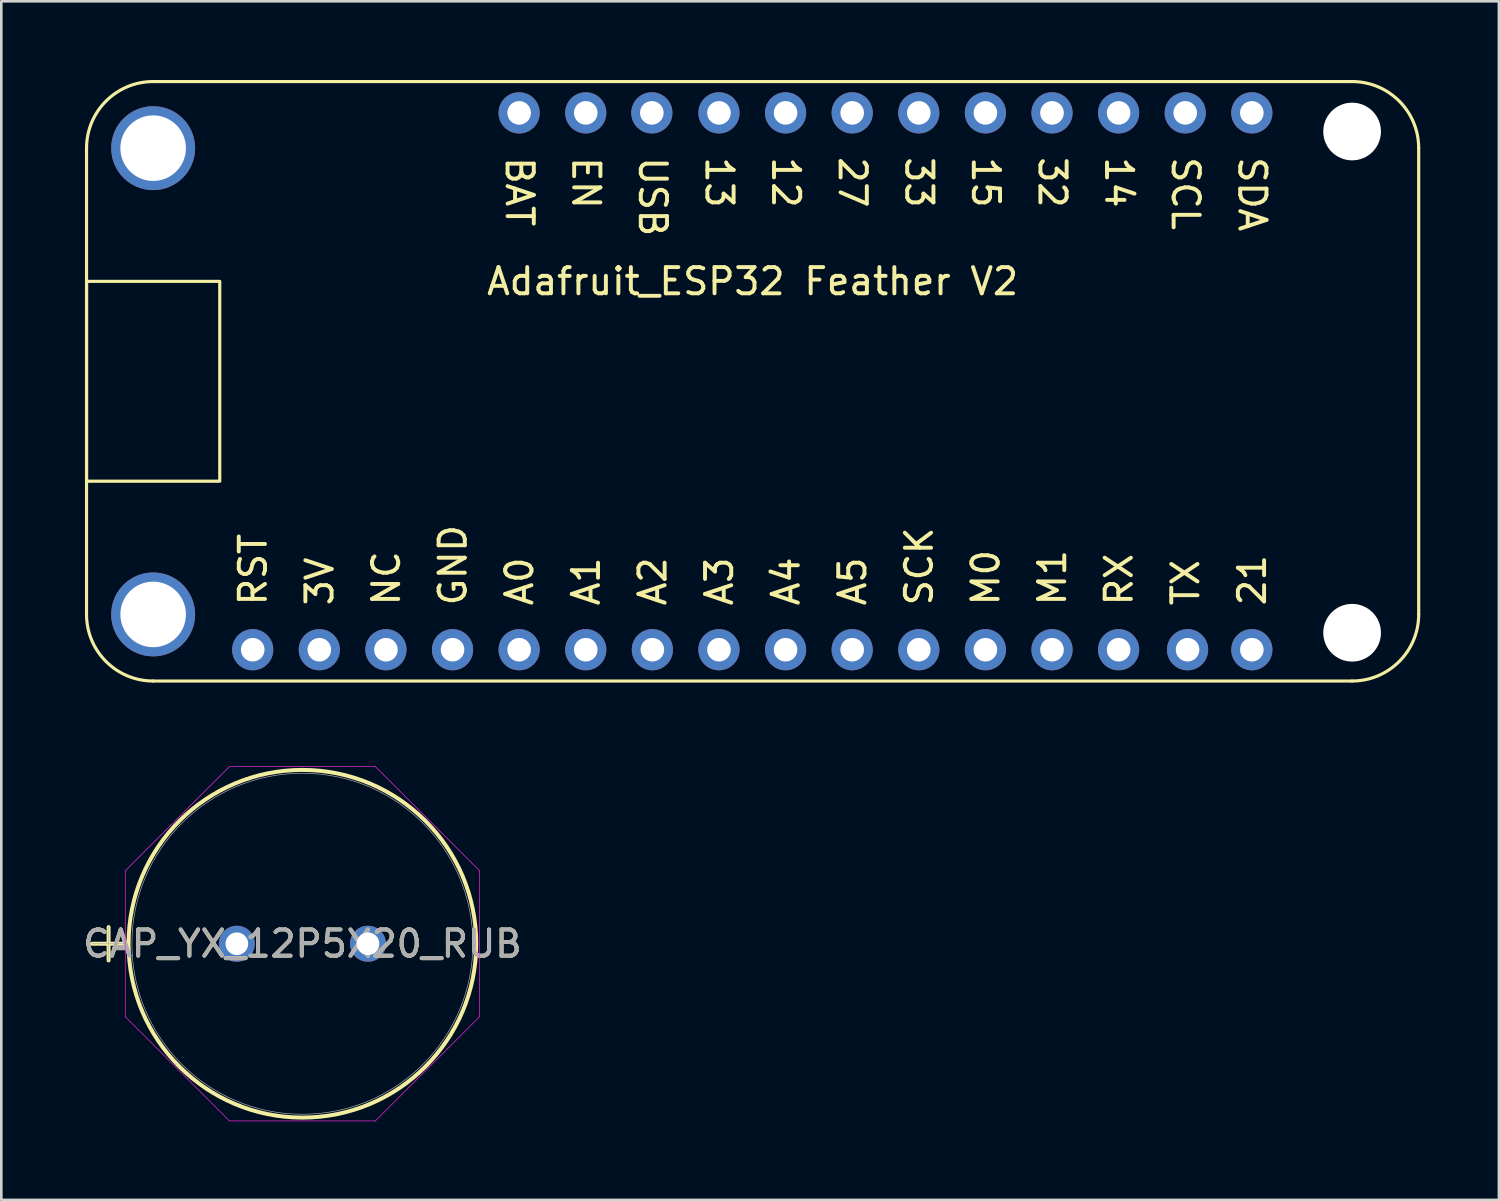
<source format=kicad_pcb>
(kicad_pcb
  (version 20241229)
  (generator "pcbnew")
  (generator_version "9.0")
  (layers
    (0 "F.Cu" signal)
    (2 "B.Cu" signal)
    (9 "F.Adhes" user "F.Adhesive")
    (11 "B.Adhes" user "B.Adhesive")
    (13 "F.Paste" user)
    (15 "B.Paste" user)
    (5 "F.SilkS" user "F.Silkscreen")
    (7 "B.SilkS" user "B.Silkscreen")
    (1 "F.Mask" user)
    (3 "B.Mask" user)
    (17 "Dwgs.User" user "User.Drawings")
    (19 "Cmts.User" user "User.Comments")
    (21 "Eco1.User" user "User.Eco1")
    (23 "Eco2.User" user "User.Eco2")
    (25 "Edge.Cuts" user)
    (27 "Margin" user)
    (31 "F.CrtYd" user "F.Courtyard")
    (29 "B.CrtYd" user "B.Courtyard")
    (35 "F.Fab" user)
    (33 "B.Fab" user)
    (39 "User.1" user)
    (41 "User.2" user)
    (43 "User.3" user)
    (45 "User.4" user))
  (footprint "CAP_YX_12P5X20_RUB"
    (layer "F.Cu")
    (at 5.982 32.939)
    (property "Reference" "CAP_YX_12P5X20_RUB" (at 2.5 0 0) (unlocked yes) (layer "F.SilkS") (effects (font (size 1 1) (thickness 0.15))))
    (attr through_hole)
    (fp_line (start -5.526 0) (end -4.256 0) (stroke (width 0.152) (type solid)) (layer "F.SilkS"))
    (fp_line (start -4.891 -0.635) (end -4.891 0.635) (stroke (width 0.152) (type solid)) (layer "F.SilkS"))
    (fp_circle (center 2.5 0) (end 9.129 0) (stroke (width 0.152) (type solid)) (fill no) (layer "F.SilkS"))
    (fp_line (start -4.256 -2.782) (end -0.282 -6.756) (stroke (width 0.025) (type solid)) (layer "F.CrtYd"))
    (fp_line (start -4.256 2.782) (end -4.256 -2.782) (stroke (width 0.025) (type solid)) (layer "F.CrtYd"))
    (fp_line (start -0.282 -6.756) (end 5.282 -6.756) (stroke (width 0.025) (type solid)) (layer "F.CrtYd"))
    (fp_line (start -0.282 6.756) (end -4.256 2.782) (stroke (width 0.025) (type solid)) (layer "F.CrtYd"))
    (fp_line (start 5.282 -6.756) (end 9.256 -2.782) (stroke (width 0.025) (type solid)) (layer "F.CrtYd"))
    (fp_line (start 5.282 6.756) (end -0.282 6.756) (stroke (width 0.025) (type solid)) (layer "F.CrtYd"))
    (fp_line (start 9.256 -2.782) (end 9.256 2.782) (stroke (width 0.025) (type solid)) (layer "F.CrtYd"))
    (fp_line (start 9.256 2.782) (end 5.282 6.756) (stroke (width 0.025) (type solid)) (layer "F.CrtYd"))
    (fp_line (start -5.526 0) (end -4.256 0) (stroke (width 0.025) (type solid)) (layer "F.Fab"))
    (fp_line (start -4.891 -0.635) (end -4.891 0.635) (stroke (width 0.025) (type solid)) (layer "F.Fab"))
    (fp_circle (center 2.5 0) (end 9.002 0) (stroke (width 0.025) (type solid)) (fill no) (layer "F.Fab"))
    (fp_text user "${REFERENCE}" (at 2.5 0 0) (unlocked yes) (layer "F.Fab") (effects (font (size 1 1) (thickness 0.15))))
    (pad "1" thru_hole circle (at 0 0) (size 1.372 1.372) (drill 0.864) (layers "*.Cu" "*.Mask"))
    (pad "2" thru_hole circle (at 5 0) (size 1.372 1.372) (drill 0.864) (layers "*.Cu" "*.Mask")))
  (footprint "Adafruit_ESP32 Feather V2"
    (layer "F.Cu")
    (at 0.25 22.92)
    (property "Reference" "Adafruit_ESP32 Feather V2" (at 25.4 -15.24 0) (unlocked yes) (layer "F.SilkS") (effects (font (size 1 1) (thickness 0.15))))
    (attr through_hole)
    (fp_line (start 0 -20.32) (end 0 -2.54) (stroke (width 0.12) (type solid)) (layer "F.SilkS"))
    (fp_line (start 2.54 0) (end 48.26 0) (stroke (width 0.12) (type solid)) (layer "F.SilkS"))
    (fp_line (start 48.26 -22.86) (end 2.54 -22.86) (stroke (width 0.12) (type solid)) (layer "F.SilkS"))
    (fp_line (start 50.8 -20.32) (end 50.8 -2.54) (stroke (width 0.12) (type solid)) (layer "F.SilkS"))
    (fp_rect (start 0 -15.24) (end 5.08 -7.62) (stroke (width 0.12) (type solid)) (fill no) (layer "F.SilkS"))
    (fp_arc (start 0 -20.32) (mid 0.743949 -22.116051) (end 2.54 -22.86) (stroke (width 0.12) (type solid)) (layer "F.SilkS"))
    (fp_arc (start 2.54 0) (mid 0.743949 -0.743949) (end 0 -2.54) (stroke (width 0.12) (type solid)) (layer "F.SilkS"))
    (fp_arc (start 48.26 -22.86) (mid 50.056051 -22.116051) (end 50.8 -20.32) (stroke (width 0.12) (type solid)) (layer "F.SilkS"))
    (fp_arc (start 50.8 -2.54) (mid 50.056051 -0.743949) (end 48.26 0) (stroke (width 0.12) (type solid)) (layer "F.SilkS"))
    (fp_text user "A0" (at 16.51 -2.794 90) (unlocked yes) (layer "F.SilkS") (effects (font (size 1 1) (thickness 0.15)) (justify left)))
    (fp_text user "3V" (at 8.89 -2.794 90) (unlocked yes) (layer "F.SilkS") (effects (font (size 1 1) (thickness 0.15)) (justify left)))
    (fp_text user "M1" (at 36.83 -2.794 90) (unlocked yes) (layer "F.SilkS") (effects (font (size 1 1) (thickness 0.15)) (justify left)))
    (fp_text user "RX" (at 39.37 -2.794 90) (unlocked yes) (layer "F.SilkS") (effects (font (size 1 1) (thickness 0.15)) (justify left)))
    (fp_text user "SCK" (at 31.75 -2.794 90) (unlocked yes) (layer "F.SilkS") (effects (font (size 1 1) (thickness 0.15)) (justify left)))
    (fp_text user "21" (at 44.45 -2.794 90) (unlocked yes) (layer "F.SilkS") (effects (font (size 1 1) (thickness 0.15)) (justify left)))
    (fp_text user "M0" (at 34.29 -2.794 90) (unlocked yes) (layer "F.SilkS") (effects (font (size 1 1) (thickness 0.15)) (justify left)))
    (fp_text user "A3" (at 24.13 -2.794 90) (unlocked yes) (layer "F.SilkS") (effects (font (size 1 1) (thickness 0.15)) (justify left)))
    (fp_text user "EN" (at 19.05 -20.066 270) (unlocked yes) (layer "F.SilkS") (effects (font (size 1 1) (thickness 0.15)) (justify left)))
    (fp_text user "14" (at 39.37 -20.066 270) (unlocked yes) (layer "F.SilkS") (effects (font (size 1 1) (thickness 0.15)) (justify left)))
    (fp_text user "13" (at 24.13 -20.066 270) (unlocked yes) (layer "F.SilkS") (effects (font (size 1 1) (thickness 0.15)) (justify left)))
    (fp_text user "BAT" (at 16.51 -20.066 270) (unlocked yes) (layer "F.SilkS") (effects (font (size 1 1) (thickness 0.15)) (justify left)))
    (fp_text user "A4" (at 26.67 -2.794 90) (unlocked yes) (layer "F.SilkS") (effects (font (size 1 1) (thickness 0.15)) (justify left)))
    (fp_text user "A2" (at 21.59 -2.794 90) (unlocked yes) (layer "F.SilkS") (effects (font (size 1 1) (thickness 0.15)) (justify left)))
    (fp_text user "SDA" (at 44.45 -20.066 270) (unlocked yes) (layer "F.SilkS") (effects (font (size 1 1) (thickness 0.15)) (justify left)))
    (fp_text user "SCL" (at 41.91 -20.066 270) (unlocked yes) (layer "F.SilkS") (effects (font (size 1 1) (thickness 0.15)) (justify left)))
    (fp_text user "32" (at 36.83 -20.066 270) (unlocked yes) (layer "F.SilkS") (effects (font (size 1 1) (thickness 0.15)) (justify left)))
    (fp_text user "33" (at 31.75 -20.066 270) (unlocked yes) (layer "F.SilkS") (effects (font (size 1 1) (thickness 0.15)) (justify left)))
    (fp_text user "TX" (at 41.91 -2.794 90) (unlocked yes) (layer "F.SilkS") (effects (font (size 1 1) (thickness 0.15)) (justify left)))
    (fp_text user "A1" (at 19.05 -2.794 90) (unlocked yes) (layer "F.SilkS") (effects (font (size 1 1) (thickness 0.15)) (justify left)))
    (fp_text user "A5" (at 29.21 -2.794 90) (unlocked yes) (layer "F.SilkS") (effects (font (size 1 1) (thickness 0.15)) (justify left)))
    (fp_text user "RST" (at 6.35 -2.794 90) (unlocked yes) (layer "F.SilkS") (effects (font (size 1 1) (thickness 0.15)) (justify left)))
    (fp_text user "NC" (at 11.43 -2.794 90) (unlocked yes) (layer "F.SilkS") (effects (font (size 1 1) (thickness 0.15)) (justify left)))
    (fp_text user "27" (at 29.21 -20.066 270) (unlocked yes) (layer "F.SilkS") (effects (font (size 1 1) (thickness 0.15)) (justify left)))
    (fp_text user "USB" (at 21.59 -20.066 270) (unlocked yes) (layer "F.SilkS") (effects (font (size 1 1) (thickness 0.15)) (justify left)))
    (fp_text user "12" (at 26.67 -20.066 270) (unlocked yes) (layer "F.SilkS") (effects (font (size 1 1) (thickness 0.15)) (justify left)))
    (fp_text user "GND" (at 13.97 -2.794 90) (unlocked yes) (layer "F.SilkS") (effects (font (size 1 1) (thickness 0.15)) (justify left)))
    (fp_text user "15" (at 34.29 -20.066 270) (unlocked yes) (layer "F.SilkS") (effects (font (size 1 1) (thickness 0.15)) (justify left)))
    (pad "" thru_hole circle (at 2.54 -20.32) (size 3.2 3.2) (drill 2.5) (layers "*.Cu" "*.Mask"))
    (pad "" thru_hole circle (at 2.54 -2.54) (size 3.2 3.2) (drill 2.5) (layers "*.Cu" "*.Mask"))
    (pad "" np_thru_hole circle (at 48.261 -20.955) (size 2.2 2.2) (drill 2.2) (layers "*.Cu" "*.Mask"))
    (pad "" np_thru_hole circle (at 48.261 -1.841) (size 2.2 2.2) (drill 2.2) (layers "*.Cu" "*.Mask"))
    (pad "1" thru_hole circle (at 6.337 -1.194) (size 1.57 1.57) (drill 0.9) (layers "*.Cu" "*.Mask"))
    (pad "2" thru_hole circle (at 8.877 -1.194) (size 1.57 1.57) (drill 0.9) (layers "*.Cu" "*.Mask"))
    (pad "3" thru_hole circle (at 11.417 -1.194) (size 1.57 1.57) (drill 0.9) (layers "*.Cu" "*.Mask"))
    (pad "4" thru_hole circle (at 13.957 -1.194) (size 1.57 1.57) (drill 0.9) (layers "*.Cu" "*.Mask"))
    (pad "5" thru_hole circle (at 16.497 -1.194) (size 1.57 1.57) (drill 0.9) (layers "*.Cu" "*.Mask"))
    (pad "6" thru_hole circle (at 19.037 -1.194) (size 1.57 1.57) (drill 0.9) (layers "*.Cu" "*.Mask"))
    (pad "7" thru_hole circle (at 21.577 -1.194) (size 1.57 1.57) (drill 0.9) (layers "*.Cu" "*.Mask"))
    (pad "8" thru_hole circle (at 24.117 -1.194) (size 1.57 1.57) (drill 0.9) (layers "*.Cu" "*.Mask"))
    (pad "9" thru_hole circle (at 26.657 -1.194) (size 1.57 1.57) (drill 0.9) (layers "*.Cu" "*.Mask"))
    (pad "10" thru_hole circle (at 29.197 -1.194) (size 1.57 1.57) (drill 0.9) (layers "*.Cu" "*.Mask"))
    (pad "11" thru_hole circle (at 31.737 -1.194) (size 1.57 1.57) (drill 0.9) (layers "*.Cu" "*.Mask"))
    (pad "12" thru_hole circle (at 34.277 -1.194) (size 1.57 1.57) (drill 0.9) (layers "*.Cu" "*.Mask"))
    (pad "13" thru_hole circle (at 36.817 -1.194) (size 1.57 1.57) (drill 0.9) (layers "*.Cu" "*.Mask"))
    (pad "14" thru_hole circle (at 39.357 -1.194) (size 1.57 1.57) (drill 0.9) (layers "*.Cu" "*.Mask"))
    (pad "15" thru_hole circle (at 41.987 -1.194) (size 1.57 1.57) (drill 0.9) (layers "*.Cu" "*.Mask"))
    (pad "16" thru_hole circle (at 44.437 -1.194) (size 1.57 1.57) (drill 0.9) (layers "*.Cu" "*.Mask"))
    (pad "17" thru_hole circle (at 44.437 -21.666) (size 1.57 1.57) (drill 0.9) (layers "*.Cu" "*.Mask"))
    (pad "18" thru_hole circle (at 41.897 -21.666) (size 1.57 1.57) (drill 0.9) (layers "*.Cu" "*.Mask"))
    (pad "19" thru_hole circle (at 39.357 -21.666) (size 1.57 1.57) (drill 0.9) (layers "*.Cu" "*.Mask"))
    (pad "20" thru_hole circle (at 36.817 -21.666) (size 1.57 1.57) (drill 0.9) (layers "*.Cu" "*.Mask"))
    (pad "21" thru_hole circle (at 34.277 -21.666) (size 1.57 1.57) (drill 0.9) (layers "*.Cu" "*.Mask"))
    (pad "22" thru_hole circle (at 31.737 -21.666) (size 1.57 1.57) (drill 0.9) (layers "*.Cu" "*.Mask"))
    (pad "23" thru_hole circle (at 29.197 -21.666) (size 1.57 1.57) (drill 0.9) (layers "*.Cu" "*.Mask"))
    (pad "24" thru_hole circle (at 26.657 -21.666) (size 1.57 1.57) (drill 0.9) (layers "*.Cu" "*.Mask"))
    (pad "25" thru_hole circle (at 24.117 -21.666) (size 1.57 1.57) (drill 0.9) (layers "*.Cu" "*.Mask"))
    (pad "26" thru_hole circle (at 21.557 -21.666) (size 1.57 1.57) (drill 0.9) (layers "*.Cu" "*.Mask"))
    (pad "27" thru_hole circle (at 19.037 -21.666) (size 1.57 1.57) (drill 0.9) (layers "*.Cu" "*.Mask"))
    (pad "28" thru_hole circle (at 16.497 -21.666) (size 1.57 1.57) (drill 0.9) (layers "*.Cu" "*.Mask")))
  (gr_rect
    (start -3 -3)
    (end 54.11 42.708)
    (stroke (width 0.1) (type default))
    (fill no)
    (layer "Edge.Cuts")))
</source>
